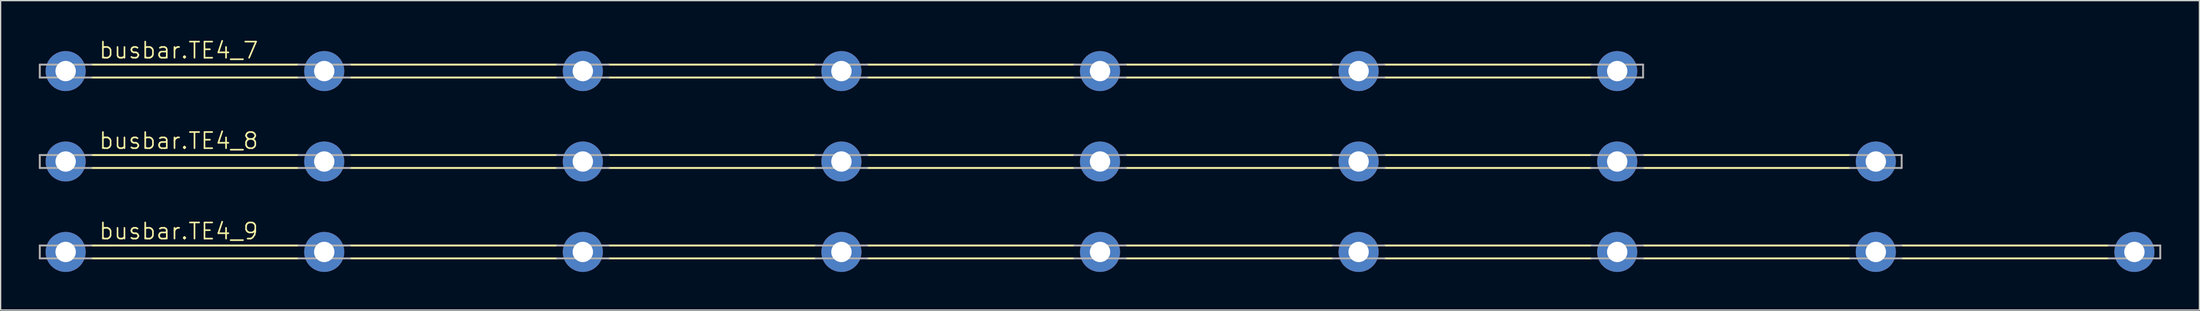
<source format=kicad_pcb>
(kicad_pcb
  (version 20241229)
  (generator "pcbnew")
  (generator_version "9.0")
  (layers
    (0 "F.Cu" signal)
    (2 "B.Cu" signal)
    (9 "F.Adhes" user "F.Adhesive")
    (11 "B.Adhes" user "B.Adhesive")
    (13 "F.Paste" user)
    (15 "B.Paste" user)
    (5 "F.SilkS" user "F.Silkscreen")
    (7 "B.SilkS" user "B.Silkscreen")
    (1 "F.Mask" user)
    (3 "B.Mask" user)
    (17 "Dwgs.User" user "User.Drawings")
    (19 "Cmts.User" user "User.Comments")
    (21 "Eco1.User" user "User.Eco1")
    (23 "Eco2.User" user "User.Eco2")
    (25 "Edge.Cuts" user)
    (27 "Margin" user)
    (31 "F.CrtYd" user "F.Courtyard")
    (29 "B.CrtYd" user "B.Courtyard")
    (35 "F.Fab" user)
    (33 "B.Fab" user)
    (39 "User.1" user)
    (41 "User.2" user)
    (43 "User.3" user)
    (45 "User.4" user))
  (footprint "busbar.TE4_8"
    (layer "F.Cu")
    (at 73.228 9.673)
    (property "Reference" "busbar.TE4_8" (at -68.58 -0.889 0) (layer "F.SilkS") (effects (font (size 1.27 1.27) (thickness 0.13)) (justify left bottom)))
    (attr through_hole)
    (fp_line (start -69.088 -0.508) (end -52.832 -0.508) (stroke (width 0.152) (type default)) (layer "F.SilkS"))
    (fp_line (start -69.088 0.508) (end -52.832 0.508) (stroke (width 0.152) (type default)) (layer "F.SilkS"))
    (fp_line (start -48.768 -0.508) (end -32.512 -0.508) (stroke (width 0.152) (type default)) (layer "F.SilkS"))
    (fp_line (start -48.768 0.508) (end -32.512 0.508) (stroke (width 0.152) (type default)) (layer "F.SilkS"))
    (fp_line (start -28.448 -0.508) (end -12.192 -0.508) (stroke (width 0.152) (type default)) (layer "F.SilkS"))
    (fp_line (start -28.448 0.508) (end -12.192 0.508) (stroke (width 0.152) (type default)) (layer "F.SilkS"))
    (fp_line (start -8.128 -0.508) (end 8.128 -0.508) (stroke (width 0.152) (type default)) (layer "F.SilkS"))
    (fp_line (start -8.128 0.508) (end 8.128 0.508) (stroke (width 0.152) (type default)) (layer "F.SilkS"))
    (fp_line (start 12.192 -0.508) (end 28.448 -0.508) (stroke (width 0.152) (type default)) (layer "F.SilkS"))
    (fp_line (start 12.192 0.508) (end 28.448 0.508) (stroke (width 0.152) (type default)) (layer "F.SilkS"))
    (fp_line (start 32.512 -0.508) (end 48.768 -0.508) (stroke (width 0.152) (type default)) (layer "F.SilkS"))
    (fp_line (start 32.512 0.508) (end 48.768 0.508) (stroke (width 0.152) (type default)) (layer "F.SilkS"))
    (fp_line (start 52.832 -0.508) (end 69.088 -0.508) (stroke (width 0.152) (type default)) (layer "F.SilkS"))
    (fp_line (start 52.832 0.508) (end 69.088 0.508) (stroke (width 0.152) (type default)) (layer "F.SilkS"))
    (fp_line (start -73.152 -0.508) (end -73.152 0.508) (stroke (width 0.152) (type default)) (layer "F.Fab"))
    (fp_line (start -73.152 0.508) (end -69.088 0.508) (stroke (width 0.152) (type default)) (layer "F.Fab"))
    (fp_line (start -69.088 -0.508) (end -73.152 -0.508) (stroke (width 0.152) (type default)) (layer "F.Fab"))
    (fp_line (start -52.832 0.508) (end -48.768 0.508) (stroke (width 0.152) (type default)) (layer "F.Fab"))
    (fp_line (start -48.768 -0.508) (end -52.832 -0.508) (stroke (width 0.152) (type default)) (layer "F.Fab"))
    (fp_line (start -28.448 -0.508) (end -32.512 -0.508) (stroke (width 0.152) (type default)) (layer "F.Fab"))
    (fp_line (start -28.448 0.508) (end -32.512 0.508) (stroke (width 0.152) (type default)) (layer "F.Fab"))
    (fp_line (start -12.192 0.508) (end -8.128 0.508) (stroke (width 0.152) (type default)) (layer "F.Fab"))
    (fp_line (start -8.128 -0.508) (end -12.192 -0.508) (stroke (width 0.152) (type default)) (layer "F.Fab"))
    (fp_line (start 8.128 0.508) (end 12.192 0.508) (stroke (width 0.152) (type default)) (layer "F.Fab"))
    (fp_line (start 12.192 -0.508) (end 8.128 -0.508) (stroke (width 0.152) (type default)) (layer "F.Fab"))
    (fp_line (start 32.512 -0.508) (end 28.448 -0.508) (stroke (width 0.152) (type default)) (layer "F.Fab"))
    (fp_line (start 32.512 0.508) (end 28.448 0.508) (stroke (width 0.152) (type default)) (layer "F.Fab"))
    (fp_line (start 48.768 0.508) (end 52.832 0.508) (stroke (width 0.152) (type default)) (layer "F.Fab"))
    (fp_line (start 52.832 -0.508) (end 48.768 -0.508) (stroke (width 0.152) (type default)) (layer "F.Fab"))
    (fp_line (start 69.088 0.508) (end 73.152 0.508) (stroke (width 0.152) (type default)) (layer "F.Fab"))
    (fp_line (start 73.152 -0.508) (end 69.088 -0.508) (stroke (width 0.152) (type default)) (layer "F.Fab"))
    (fp_line (start 73.152 -0.508) (end 73.152 0.508) (stroke (width 0.152) (type default)) (layer "F.Fab"))
    (pad "1" thru_hole circle (at -71.12 0) (size 3.15 3.15) (drill 1.6) (layers "*.Cu" "*.Mask"))
    (pad "2" thru_hole circle (at -50.8 0) (size 3.15 3.15) (drill 1.6) (layers "*.Cu" "*.Mask"))
    (pad "3" thru_hole circle (at -30.48 0) (size 3.15 3.15) (drill 1.6) (layers "*.Cu" "*.Mask"))
    (pad "4" thru_hole circle (at -10.16 0) (size 3.15 3.15) (drill 1.6) (layers "*.Cu" "*.Mask"))
    (pad "5" thru_hole circle (at 10.16 0) (size 3.15 3.15) (drill 1.6) (layers "*.Cu" "*.Mask"))
    (pad "6" thru_hole circle (at 30.48 0) (size 3.15 3.15) (drill 1.6) (layers "*.Cu" "*.Mask"))
    (pad "7" thru_hole circle (at 50.8 0) (size 3.15 3.15) (drill 1.6) (layers "*.Cu" "*.Mask"))
    (pad "8" thru_hole circle (at 71.12 0) (size 3.15 3.15) (drill 1.6) (layers "*.Cu" "*.Mask")))
  (footprint "busbar.TE4_7"
    (layer "F.Cu")
    (at 63.068 2.549)
    (property "Reference" "busbar.TE4_7" (at -58.42 -0.889 0) (layer "F.SilkS") (effects (font (size 1.27 1.27) (thickness 0.13)) (justify left bottom)))
    (attr through_hole)
    (fp_line (start -58.928 -0.508) (end -42.672 -0.508) (stroke (width 0.152) (type default)) (layer "F.SilkS"))
    (fp_line (start -58.928 0.508) (end -42.672 0.508) (stroke (width 0.152) (type default)) (layer "F.SilkS"))
    (fp_line (start -38.608 -0.508) (end -22.352 -0.508) (stroke (width 0.152) (type default)) (layer "F.SilkS"))
    (fp_line (start -38.608 0.508) (end -22.352 0.508) (stroke (width 0.152) (type default)) (layer "F.SilkS"))
    (fp_line (start -18.288 -0.508) (end -2.032 -0.508) (stroke (width 0.152) (type default)) (layer "F.SilkS"))
    (fp_line (start -18.288 0.508) (end -2.032 0.508) (stroke (width 0.152) (type default)) (layer "F.SilkS"))
    (fp_line (start 2.032 -0.508) (end 18.288 -0.508) (stroke (width 0.152) (type default)) (layer "F.SilkS"))
    (fp_line (start 2.032 0.508) (end 18.288 0.508) (stroke (width 0.152) (type default)) (layer "F.SilkS"))
    (fp_line (start 22.352 -0.508) (end 38.608 -0.508) (stroke (width 0.152) (type default)) (layer "F.SilkS"))
    (fp_line (start 22.352 0.508) (end 38.608 0.508) (stroke (width 0.152) (type default)) (layer "F.SilkS"))
    (fp_line (start 42.672 -0.508) (end 58.928 -0.508) (stroke (width 0.152) (type default)) (layer "F.SilkS"))
    (fp_line (start 42.672 0.508) (end 58.928 0.508) (stroke (width 0.152) (type default)) (layer "F.SilkS"))
    (fp_line (start -62.992 -0.508) (end -62.992 0.508) (stroke (width 0.152) (type default)) (layer "F.Fab"))
    (fp_line (start -62.992 0.508) (end -58.928 0.508) (stroke (width 0.152) (type default)) (layer "F.Fab"))
    (fp_line (start -58.928 -0.508) (end -62.992 -0.508) (stroke (width 0.152) (type default)) (layer "F.Fab"))
    (fp_line (start -42.672 0.508) (end -38.608 0.508) (stroke (width 0.152) (type default)) (layer "F.Fab"))
    (fp_line (start -38.608 -0.508) (end -42.672 -0.508) (stroke (width 0.152) (type default)) (layer "F.Fab"))
    (fp_line (start -18.288 -0.508) (end -22.352 -0.508) (stroke (width 0.152) (type default)) (layer "F.Fab"))
    (fp_line (start -18.288 0.508) (end -22.352 0.508) (stroke (width 0.152) (type default)) (layer "F.Fab"))
    (fp_line (start -2.032 0.508) (end 2.032 0.508) (stroke (width 0.152) (type default)) (layer "F.Fab"))
    (fp_line (start 2.032 -0.508) (end -2.032 -0.508) (stroke (width 0.152) (type default)) (layer "F.Fab"))
    (fp_line (start 18.288 0.508) (end 22.352 0.508) (stroke (width 0.152) (type default)) (layer "F.Fab"))
    (fp_line (start 22.352 -0.508) (end 18.288 -0.508) (stroke (width 0.152) (type default)) (layer "F.Fab"))
    (fp_line (start 42.672 -0.508) (end 38.608 -0.508) (stroke (width 0.152) (type default)) (layer "F.Fab"))
    (fp_line (start 42.672 0.508) (end 38.608 0.508) (stroke (width 0.152) (type default)) (layer "F.Fab"))
    (fp_line (start 62.992 -0.508) (end 58.928 -0.508) (stroke (width 0.152) (type default)) (layer "F.Fab"))
    (fp_line (start 62.992 -0.508) (end 62.992 0.508) (stroke (width 0.152) (type default)) (layer "F.Fab"))
    (fp_line (start 62.992 0.508) (end 58.928 0.508) (stroke (width 0.152) (type default)) (layer "F.Fab"))
    (pad "1" thru_hole circle (at -60.96 0) (size 3.15 3.15) (drill 1.6) (layers "*.Cu" "*.Mask"))
    (pad "2" thru_hole circle (at -40.64 0) (size 3.15 3.15) (drill 1.6) (layers "*.Cu" "*.Mask"))
    (pad "3" thru_hole circle (at -20.32 0) (size 3.15 3.15) (drill 1.6) (layers "*.Cu" "*.Mask"))
    (pad "4" thru_hole circle (at 0 0) (size 3.15 3.15) (drill 1.6) (layers "*.Cu" "*.Mask"))
    (pad "5" thru_hole circle (at 20.32 0) (size 3.15 3.15) (drill 1.6) (layers "*.Cu" "*.Mask"))
    (pad "6" thru_hole circle (at 40.64 0) (size 3.15 3.15) (drill 1.6) (layers "*.Cu" "*.Mask"))
    (pad "7" thru_hole circle (at 60.96 0) (size 3.15 3.15) (drill 1.6) (layers "*.Cu" "*.Mask")))
  (footprint "busbar.TE4_9"
    (layer "F.Cu")
    (at 83.388 16.797)
    (property "Reference" "busbar.TE4_9" (at -78.74 -0.889 0) (layer "F.SilkS") (effects (font (size 1.27 1.27) (thickness 0.13)) (justify left bottom)))
    (attr through_hole)
    (fp_line (start -79.248 -0.508) (end -62.992 -0.508) (stroke (width 0.152) (type default)) (layer "F.SilkS"))
    (fp_line (start -79.248 0.508) (end -62.992 0.508) (stroke (width 0.152) (type default)) (layer "F.SilkS"))
    (fp_line (start -58.928 -0.508) (end -42.672 -0.508) (stroke (width 0.152) (type default)) (layer "F.SilkS"))
    (fp_line (start -58.928 0.508) (end -42.672 0.508) (stroke (width 0.152) (type default)) (layer "F.SilkS"))
    (fp_line (start -38.608 -0.508) (end -22.352 -0.508) (stroke (width 0.152) (type default)) (layer "F.SilkS"))
    (fp_line (start -38.608 0.508) (end -22.352 0.508) (stroke (width 0.152) (type default)) (layer "F.SilkS"))
    (fp_line (start -18.288 -0.508) (end -2.032 -0.508) (stroke (width 0.152) (type default)) (layer "F.SilkS"))
    (fp_line (start -18.288 0.508) (end -2.032 0.508) (stroke (width 0.152) (type default)) (layer "F.SilkS"))
    (fp_line (start 2.032 -0.508) (end 18.288 -0.508) (stroke (width 0.152) (type default)) (layer "F.SilkS"))
    (fp_line (start 2.032 0.508) (end 18.288 0.508) (stroke (width 0.152) (type default)) (layer "F.SilkS"))
    (fp_line (start 22.352 -0.508) (end 38.608 -0.508) (stroke (width 0.152) (type default)) (layer "F.SilkS"))
    (fp_line (start 22.352 0.508) (end 38.608 0.508) (stroke (width 0.152) (type default)) (layer "F.SilkS"))
    (fp_line (start 42.672 -0.508) (end 58.928 -0.508) (stroke (width 0.152) (type default)) (layer "F.SilkS"))
    (fp_line (start 42.672 0.508) (end 58.928 0.508) (stroke (width 0.152) (type default)) (layer "F.SilkS"))
    (fp_line (start 62.992 -0.508) (end 79.248 -0.508) (stroke (width 0.152) (type default)) (layer "F.SilkS"))
    (fp_line (start 62.992 0.508) (end 79.248 0.508) (stroke (width 0.152) (type default)) (layer "F.SilkS"))
    (fp_line (start -83.312 -0.508) (end -83.312 0.508) (stroke (width 0.152) (type default)) (layer "F.Fab"))
    (fp_line (start -83.312 0.508) (end -79.248 0.508) (stroke (width 0.152) (type default)) (layer "F.Fab"))
    (fp_line (start -79.248 -0.508) (end -83.312 -0.508) (stroke (width 0.152) (type default)) (layer "F.Fab"))
    (fp_line (start -62.992 0.508) (end -58.928 0.508) (stroke (width 0.152) (type default)) (layer "F.Fab"))
    (fp_line (start -58.928 -0.508) (end -62.992 -0.508) (stroke (width 0.152) (type default)) (layer "F.Fab"))
    (fp_line (start -38.608 -0.508) (end -42.672 -0.508) (stroke (width 0.152) (type default)) (layer "F.Fab"))
    (fp_line (start -38.608 0.508) (end -42.672 0.508) (stroke (width 0.152) (type default)) (layer "F.Fab"))
    (fp_line (start -22.352 0.508) (end -18.288 0.508) (stroke (width 0.152) (type default)) (layer "F.Fab"))
    (fp_line (start -18.288 -0.508) (end -22.352 -0.508) (stroke (width 0.152) (type default)) (layer "F.Fab"))
    (fp_line (start -2.032 0.508) (end 2.032 0.508) (stroke (width 0.152) (type default)) (layer "F.Fab"))
    (fp_line (start 2.032 -0.508) (end -2.032 -0.508) (stroke (width 0.152) (type default)) (layer "F.Fab"))
    (fp_line (start 22.352 -0.508) (end 18.288 -0.508) (stroke (width 0.152) (type default)) (layer "F.Fab"))
    (fp_line (start 22.352 0.508) (end 18.288 0.508) (stroke (width 0.152) (type default)) (layer "F.Fab"))
    (fp_line (start 38.608 0.508) (end 42.672 0.508) (stroke (width 0.152) (type default)) (layer "F.Fab"))
    (fp_line (start 42.672 -0.508) (end 38.608 -0.508) (stroke (width 0.152) (type default)) (layer "F.Fab"))
    (fp_line (start 58.928 0.508) (end 62.992 0.508) (stroke (width 0.152) (type default)) (layer "F.Fab"))
    (fp_line (start 62.992 -0.508) (end 58.928 -0.508) (stroke (width 0.152) (type default)) (layer "F.Fab"))
    (fp_line (start 83.312 -0.508) (end 79.248 -0.508) (stroke (width 0.152) (type default)) (layer "F.Fab"))
    (fp_line (start 83.312 -0.508) (end 83.312 0.508) (stroke (width 0.152) (type default)) (layer "F.Fab"))
    (fp_line (start 83.312 0.508) (end 79.248 0.508) (stroke (width 0.152) (type default)) (layer "F.Fab"))
    (pad "1" thru_hole circle (at -81.28 0) (size 3.15 3.15) (drill 1.6) (layers "*.Cu" "*.Mask"))
    (pad "2" thru_hole circle (at -60.96 0) (size 3.15 3.15) (drill 1.6) (layers "*.Cu" "*.Mask"))
    (pad "3" thru_hole circle (at -40.64 0) (size 3.15 3.15) (drill 1.6) (layers "*.Cu" "*.Mask"))
    (pad "4" thru_hole circle (at -20.32 0) (size 3.15 3.15) (drill 1.6) (layers "*.Cu" "*.Mask"))
    (pad "5" thru_hole circle (at 0 0) (size 3.15 3.15) (drill 1.6) (layers "*.Cu" "*.Mask"))
    (pad "6" thru_hole circle (at 20.32 0) (size 3.15 3.15) (drill 1.6) (layers "*.Cu" "*.Mask"))
    (pad "7" thru_hole circle (at 40.64 0) (size 3.15 3.15) (drill 1.6) (layers "*.Cu" "*.Mask"))
    (pad "8" thru_hole circle (at 60.96 0) (size 3.15 3.15) (drill 1.6) (layers "*.Cu" "*.Mask"))
    (pad "9" thru_hole circle (at 81.28 0) (size 3.15 3.15) (drill 1.6) (layers "*.Cu" "*.Mask")))
  (gr_rect
    (start -3 -3)
    (end 169.776 21.371)
    (stroke (width 0.1) (type default))
    (fill no)
    (layer "Edge.Cuts")))
</source>
